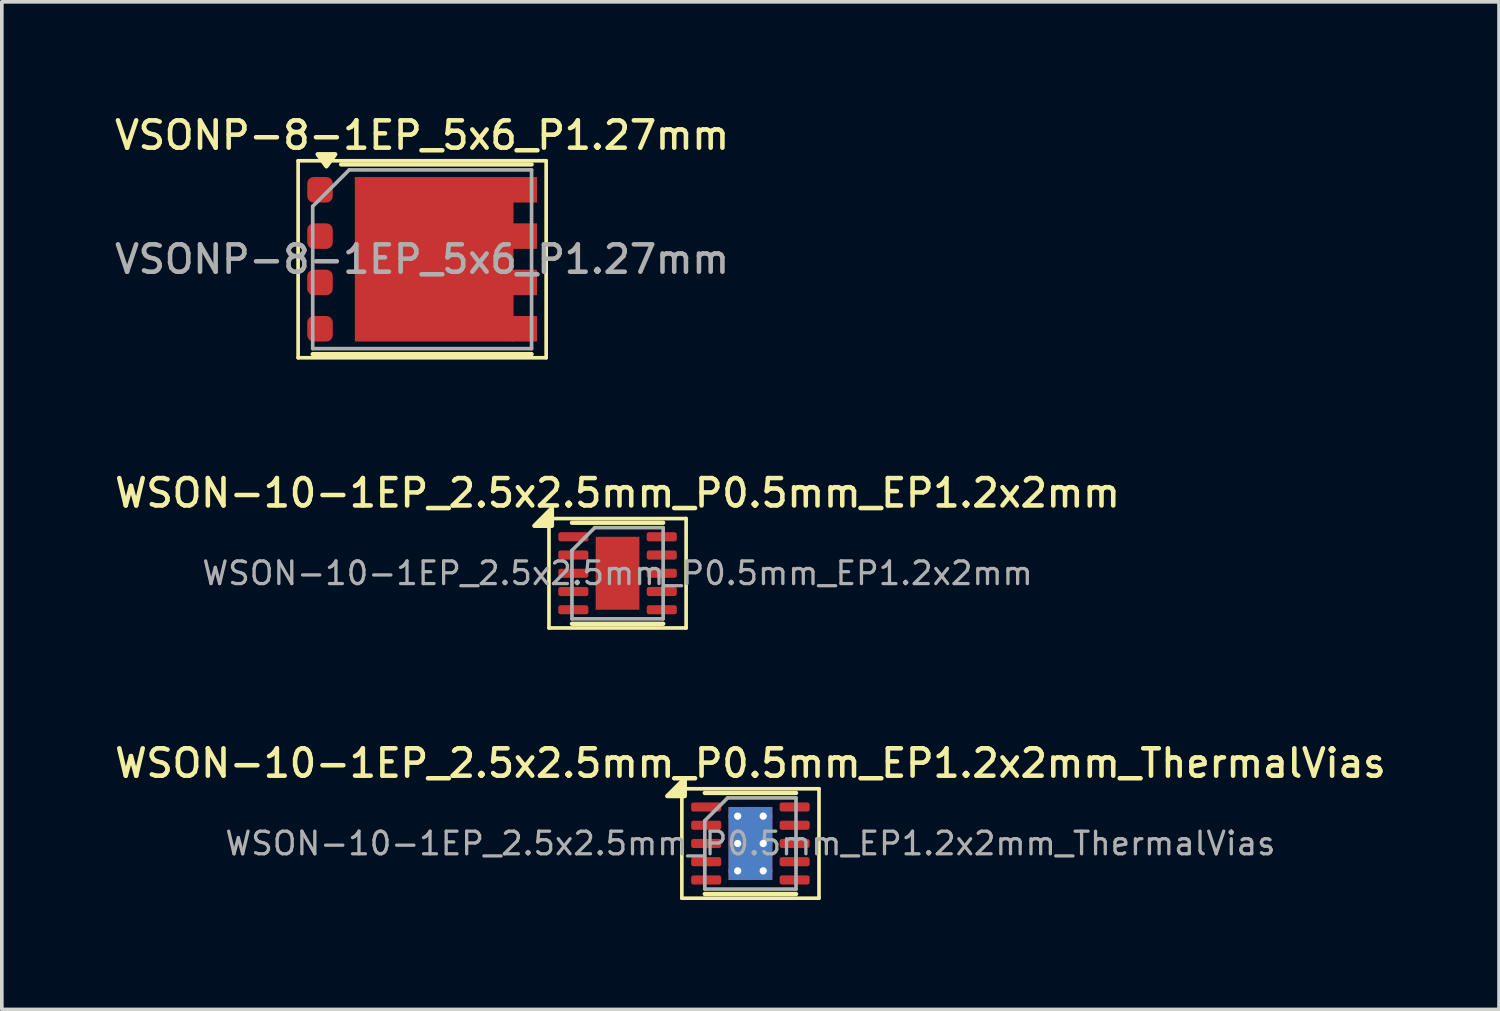
<source format=kicad_pcb>
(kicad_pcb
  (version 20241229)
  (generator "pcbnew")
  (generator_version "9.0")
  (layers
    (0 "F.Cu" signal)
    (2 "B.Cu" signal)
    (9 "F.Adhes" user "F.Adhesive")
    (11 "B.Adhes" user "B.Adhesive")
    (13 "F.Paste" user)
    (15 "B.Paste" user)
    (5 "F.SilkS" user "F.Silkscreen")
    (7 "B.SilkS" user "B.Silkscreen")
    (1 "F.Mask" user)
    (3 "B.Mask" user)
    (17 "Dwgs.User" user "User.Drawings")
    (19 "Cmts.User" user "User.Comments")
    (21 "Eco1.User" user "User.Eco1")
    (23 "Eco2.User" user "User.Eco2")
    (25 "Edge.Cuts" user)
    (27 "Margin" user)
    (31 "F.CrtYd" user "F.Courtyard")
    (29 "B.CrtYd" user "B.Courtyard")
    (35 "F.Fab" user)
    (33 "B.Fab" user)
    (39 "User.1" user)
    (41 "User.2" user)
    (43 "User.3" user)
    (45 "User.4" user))
  (footprint "VSONP-8-1EP_5x6_P1.27mm"
    (layer "F.Cu")
    (at 8.523 4.058)
    (property "Reference" "VSONP-8-1EP_5x6_P1.27mm" (at 0 -3.4 0) (layer "F.SilkS") (effects (font (size 0.75 0.75) (thickness 0.125))))
    (attr smd)
    (fp_line (start -3.4 -2.7) (end 3.4 -2.7) (stroke (width 0.1) (type solid)) (layer "F.SilkS"))
    (fp_line (start -3.4 2.7) (end -3.4 -2.7) (stroke (width 0.1) (type solid)) (layer "F.SilkS"))
    (fp_line (start 3 -2.6) (end -2.22 -2.6) (stroke (width 0.12) (type solid)) (layer "F.SilkS"))
    (fp_line (start 3 2.6) (end -3 2.6) (stroke (width 0.12) (type solid)) (layer "F.SilkS"))
    (fp_line (start 3.4 -2.7) (end 3.4 2.7) (stroke (width 0.1) (type solid)) (layer "F.SilkS"))
    (fp_line (start 3.4 2.7) (end -3.4 2.7) (stroke (width 0.1) (type solid)) (layer "F.SilkS"))
    (fp_poly (pts (xy -2.624 -2.549) (xy -2.864 -2.879) (xy -2.384 -2.879) (xy -2.624 -2.549)) (stroke (width 0.12) (type solid)) (fill yes) (layer "F.SilkS"))
    (fp_line (start -3 -1.45) (end -3 2.45) (stroke (width 0.1) (type solid)) (layer "F.Fab"))
    (fp_line (start -2 -2.45) (end -3 -1.45) (stroke (width 0.1) (type solid)) (layer "F.Fab"))
    (fp_line (start -2 -2.45) (end 3 -2.45) (stroke (width 0.1) (type solid)) (layer "F.Fab"))
    (fp_line (start 3 -2.45) (end 3 2.45) (stroke (width 0.1) (type solid)) (layer "F.Fab"))
    (fp_line (start 3 2.45) (end -3 2.45) (stroke (width 0.1) (type solid)) (layer "F.Fab"))
    (fp_text user "${REFERENCE}" (at 0 0 0) (layer "F.Fab") (effects (font (size 0.75 0.75) (thickness 0.125))))
    (pad "" smd rect (at -0.797 -1.095) (size 1.235 1.57) (layers "F.Paste"))
    (pad "" smd rect (at -0.797 1.095) (size 1.235 1.57) (layers "F.Paste"))
    (pad "" smd rect (at 1.113 -1.095) (size 1.585 1.57) (layers "F.Paste"))
    (pad "" smd rect (at 1.113 1.095) (size 1.585 1.57) (layers "F.Paste"))
    (pad "1" smd roundrect (at -2.8 -1.905) (size 0.7 0.7) (layers "F.Cu" "F.Mask" "F.Paste") (roundrect_rratio 0.25))
    (pad "1" smd roundrect (at -2.8 -0.635) (size 0.7 0.7) (layers "F.Cu" "F.Mask" "F.Paste") (roundrect_rratio 0.25))
    (pad "1" smd roundrect (at -2.8 0.635) (size 0.7 0.7) (layers "F.Cu" "F.Mask" "F.Paste") (roundrect_rratio 0.25))
    (pad "2" smd roundrect (at -2.8 1.905) (size 0.7 0.7) (layers "F.Cu" "F.Mask" "F.Paste") (roundrect_rratio 0.25))
    (pad "3" smd rect (at 0.33 0) (size 4.35 4.51) (layers "F.Cu" "F.Mask"))
    (pad "3" smd rect (at 2.8 -1.905) (size 0.7 0.7) (layers "F.Cu" "F.Mask" "F.Paste"))
    (pad "3" smd rect (at 2.8 -0.635) (size 0.7 0.7) (layers "F.Cu" "F.Mask" "F.Paste"))
    (pad "3" smd rect (at 2.8 0.635) (size 0.7 0.7) (layers "F.Cu" "F.Mask" "F.Paste"))
    (pad "3" smd rect (at 2.8 1.905) (size 0.7 0.7) (layers "F.Cu" "F.Mask" "F.Paste")))
  (footprint "WSON-10-1EP_2.5x2.5mm_P0.5mm_EP1.2x2mm"
    (layer "F.Cu")
    (at 13.88 12.666)
    (property "Reference" "WSON-10-1EP_2.5x2.5mm_P0.5mm_EP1.2x2mm" (at 0 -2.2 0) (layer "F.SilkS") (effects (font (size 0.75 0.75) (thickness 0.125))))
    (attr smd)
    (fp_line (start -1.88 -1.5) (end -1.88 1.5) (stroke (width 0.1) (type solid)) (layer "F.SilkS"))
    (fp_line (start -1.88 1.5) (end 1.88 1.5) (stroke (width 0.1) (type solid)) (layer "F.SilkS"))
    (fp_line (start -1.25 -1.385) (end 1.25 -1.385) (stroke (width 0.12) (type solid)) (layer "F.SilkS"))
    (fp_line (start -1.25 1.385) (end 1.25 1.385) (stroke (width 0.12) (type solid)) (layer "F.SilkS"))
    (fp_line (start 1.88 -1.5) (end -1.88 -1.5) (stroke (width 0.1) (type solid)) (layer "F.SilkS"))
    (fp_line (start 1.88 1.5) (end 1.88 -1.5) (stroke (width 0.1) (type solid)) (layer "F.SilkS"))
    (fp_poly (pts (xy -1.8 -1.3) (xy -2.28 -1.3) (xy -1.8 -1.78) (xy -1.8 -1.3)) (stroke (width 0.12) (type solid)) (fill yes) (layer "F.SilkS"))
    (fp_line (start -1.25 -0.625) (end -0.625 -1.25) (stroke (width 0.1) (type solid)) (layer "F.Fab"))
    (fp_line (start -1.25 1.25) (end -1.25 -0.625) (stroke (width 0.1) (type solid)) (layer "F.Fab"))
    (fp_line (start -0.625 -1.25) (end 1.25 -1.25) (stroke (width 0.1) (type solid)) (layer "F.Fab"))
    (fp_line (start 1.25 -1.25) (end 1.25 1.25) (stroke (width 0.1) (type solid)) (layer "F.Fab"))
    (fp_line (start 1.25 1.25) (end -1.25 1.25) (stroke (width 0.1) (type solid)) (layer "F.Fab"))
    (fp_text user "${REFERENCE}" (at 0 0 0) (layer "F.Fab") (effects (font (size 0.62 0.62) (thickness 0.09))))
    (pad "" smd roundrect (at -0.3 -0.5) (size 0.48 0.81) (layers "F.Paste") (roundrect_rratio 0.25))
    (pad "" smd roundrect (at -0.3 0.5) (size 0.48 0.81) (layers "F.Paste") (roundrect_rratio 0.25))
    (pad "" smd roundrect (at 0.3 -0.5) (size 0.48 0.81) (layers "F.Paste") (roundrect_rratio 0.25))
    (pad "" smd roundrect (at 0.3 0.5) (size 0.48 0.81) (layers "F.Paste") (roundrect_rratio 0.25))
    (pad "1" smd roundrect (at -1.212 -1) (size 0.825 0.25) (layers "F.Cu" "F.Mask" "F.Paste") (roundrect_rratio 0.25))
    (pad "2" smd roundrect (at -1.212 -0.5) (size 0.825 0.25) (layers "F.Cu" "F.Mask" "F.Paste") (roundrect_rratio 0.25))
    (pad "3" smd roundrect (at -1.212 0) (size 0.825 0.25) (layers "F.Cu" "F.Mask" "F.Paste") (roundrect_rratio 0.25))
    (pad "4" smd roundrect (at -1.212 0.5) (size 0.825 0.25) (layers "F.Cu" "F.Mask" "F.Paste") (roundrect_rratio 0.25))
    (pad "5" smd roundrect (at -1.212 1) (size 0.825 0.25) (layers "F.Cu" "F.Mask" "F.Paste") (roundrect_rratio 0.25))
    (pad "6" smd roundrect (at 1.212 1) (size 0.825 0.25) (layers "F.Cu" "F.Mask" "F.Paste") (roundrect_rratio 0.25))
    (pad "7" smd roundrect (at 1.212 0.5) (size 0.825 0.25) (layers "F.Cu" "F.Mask" "F.Paste") (roundrect_rratio 0.25))
    (pad "8" smd roundrect (at 1.212 0) (size 0.825 0.25) (layers "F.Cu" "F.Mask" "F.Paste") (roundrect_rratio 0.25))
    (pad "9" smd roundrect (at 1.212 -0.5) (size 0.825 0.25) (layers "F.Cu" "F.Mask" "F.Paste") (roundrect_rratio 0.25))
    (pad "10" smd roundrect (at 1.212 -1) (size 0.825 0.25) (layers "F.Cu" "F.Mask" "F.Paste") (roundrect_rratio 0.25))
    (pad "11" smd rect (at 0 0) (size 1.2 2) (property pad_prop_heatsink) (layers "F.Cu" "F.Mask")))
  (footprint "WSON-10-1EP_2.5x2.5mm_P0.5mm_EP1.2x2mm_ThermalVias"
    (layer "F.Cu")
    (at 17.523 20.074)
    (property "Reference" "WSON-10-1EP_2.5x2.5mm_P0.5mm_EP1.2x2mm_ThermalVias" (at 0 -2.2 0) (layer "F.SilkS") (effects (font (size 0.75 0.75) (thickness 0.125))))
    (attr smd)
    (fp_line (start -1.88 -1.5) (end -1.88 1.5) (stroke (width 0.1) (type solid)) (layer "F.SilkS"))
    (fp_line (start -1.88 1.5) (end 1.88 1.5) (stroke (width 0.1) (type solid)) (layer "F.SilkS"))
    (fp_line (start -1.25 -1.385) (end 1.25 -1.385) (stroke (width 0.12) (type solid)) (layer "F.SilkS"))
    (fp_line (start -1.25 1.385) (end 1.25 1.385) (stroke (width 0.12) (type solid)) (layer "F.SilkS"))
    (fp_line (start 1.88 -1.5) (end -1.88 -1.5) (stroke (width 0.1) (type solid)) (layer "F.SilkS"))
    (fp_line (start 1.88 1.5) (end 1.88 -1.5) (stroke (width 0.1) (type solid)) (layer "F.SilkS"))
    (fp_poly (pts (xy -1.8 -1.3) (xy -2.28 -1.3) (xy -1.8 -1.78) (xy -1.8 -1.3)) (stroke (width 0.12) (type solid)) (fill yes) (layer "F.SilkS"))
    (fp_line (start -1.25 -0.625) (end -0.625 -1.25) (stroke (width 0.1) (type solid)) (layer "F.Fab"))
    (fp_line (start -1.25 1.25) (end -1.25 -0.625) (stroke (width 0.1) (type solid)) (layer "F.Fab"))
    (fp_line (start -0.625 -1.25) (end 1.25 -1.25) (stroke (width 0.1) (type solid)) (layer "F.Fab"))
    (fp_line (start 1.25 -1.25) (end 1.25 1.25) (stroke (width 0.1) (type solid)) (layer "F.Fab"))
    (fp_line (start 1.25 1.25) (end -1.25 1.25) (stroke (width 0.1) (type solid)) (layer "F.Fab"))
    (fp_text user "${REFERENCE}" (at 0 0 0) (layer "F.Fab") (effects (font (size 0.62 0.62) (thickness 0.09))))
    (pad "" smd roundrect (at -0.3 -0.5) (size 0.52 0.87) (layers "F.Paste") (roundrect_rratio 0.25))
    (pad "" smd roundrect (at -0.3 0.5) (size 0.52 0.87) (layers "F.Paste") (roundrect_rratio 0.25))
    (pad "" smd roundrect (at 0.3 -0.5) (size 0.52 0.87) (layers "F.Paste") (roundrect_rratio 0.25))
    (pad "" smd roundrect (at 0.3 0.5) (size 0.52 0.87) (layers "F.Paste") (roundrect_rratio 0.25))
    (pad "1" smd roundrect (at -1.212 -1) (size 0.825 0.25) (layers "F.Cu" "F.Mask" "F.Paste") (roundrect_rratio 0.25))
    (pad "2" smd roundrect (at -1.212 -0.5) (size 0.825 0.25) (layers "F.Cu" "F.Mask" "F.Paste") (roundrect_rratio 0.25))
    (pad "3" smd roundrect (at -1.212 0) (size 0.825 0.25) (layers "F.Cu" "F.Mask" "F.Paste") (roundrect_rratio 0.25))
    (pad "4" smd roundrect (at -1.212 0.5) (size 0.825 0.25) (layers "F.Cu" "F.Mask" "F.Paste") (roundrect_rratio 0.25))
    (pad "5" smd roundrect (at -1.212 1) (size 0.825 0.25) (layers "F.Cu" "F.Mask" "F.Paste") (roundrect_rratio 0.25))
    (pad "6" smd roundrect (at 1.212 1) (size 0.825 0.25) (layers "F.Cu" "F.Mask" "F.Paste") (roundrect_rratio 0.25))
    (pad "7" smd roundrect (at 1.212 0.5) (size 0.825 0.25) (layers "F.Cu" "F.Mask" "F.Paste") (roundrect_rratio 0.25))
    (pad "8" smd roundrect (at 1.212 0) (size 0.825 0.25) (layers "F.Cu" "F.Mask" "F.Paste") (roundrect_rratio 0.25))
    (pad "9" smd roundrect (at 1.212 -0.5) (size 0.825 0.25) (layers "F.Cu" "F.Mask" "F.Paste") (roundrect_rratio 0.25))
    (pad "10" smd roundrect (at 1.212 -1) (size 0.825 0.25) (layers "F.Cu" "F.Mask" "F.Paste") (roundrect_rratio 0.25))
    (pad "11" thru_hole circle (at -0.35 -0.75) (size 0.5 0.5) (drill 0.2) (property pad_prop_heatsink) (layers "*.Cu"))
    (pad "11" thru_hole circle (at -0.35 0) (size 0.5 0.5) (drill 0.2) (property pad_prop_heatsink) (layers "*.Cu"))
    (pad "11" thru_hole circle (at -0.35 0.75) (size 0.5 0.5) (drill 0.2) (property pad_prop_heatsink) (layers "*.Cu"))
    (pad "11" smd rect (at 0 0) (size 1.2 2) (property pad_prop_heatsink) (layers "F.Cu" "F.Mask"))
    (pad "11" smd rect (at 0 0) (size 1.2 2) (property pad_prop_heatsink) (layers "B.Cu"))
    (pad "11" thru_hole circle (at 0.35 -0.75) (size 0.5 0.5) (drill 0.2) (property pad_prop_heatsink) (layers "*.Cu"))
    (pad "11" thru_hole circle (at 0.35 0) (size 0.5 0.5) (drill 0.2) (property pad_prop_heatsink) (layers "*.Cu"))
    (pad "11" thru_hole circle (at 0.35 0.75) (size 0.5 0.5) (drill 0.2) (property pad_prop_heatsink) (layers "*.Cu")))
  (gr_rect
    (start -3 -3)
    (end 38.046 24.624)
    (stroke (width 0.1) (type default))
    (fill no)
    (layer "Edge.Cuts")))
</source>
